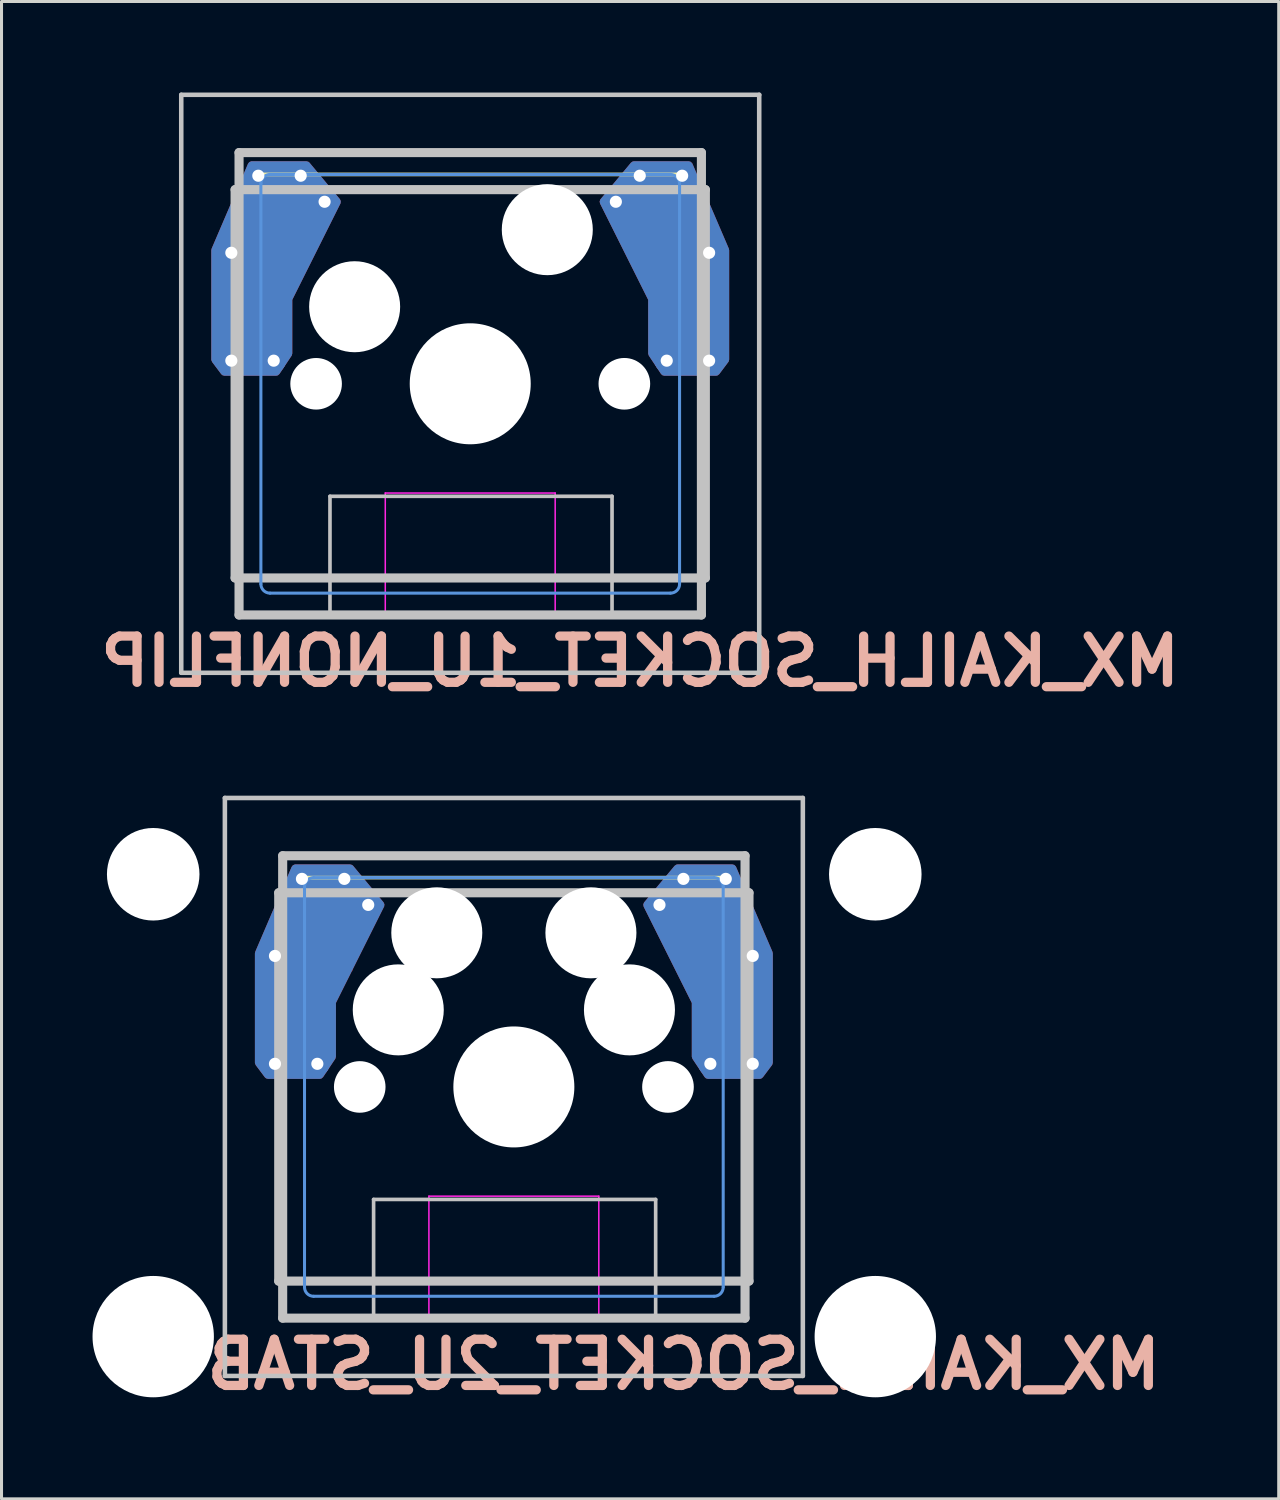
<source format=kicad_pcb>
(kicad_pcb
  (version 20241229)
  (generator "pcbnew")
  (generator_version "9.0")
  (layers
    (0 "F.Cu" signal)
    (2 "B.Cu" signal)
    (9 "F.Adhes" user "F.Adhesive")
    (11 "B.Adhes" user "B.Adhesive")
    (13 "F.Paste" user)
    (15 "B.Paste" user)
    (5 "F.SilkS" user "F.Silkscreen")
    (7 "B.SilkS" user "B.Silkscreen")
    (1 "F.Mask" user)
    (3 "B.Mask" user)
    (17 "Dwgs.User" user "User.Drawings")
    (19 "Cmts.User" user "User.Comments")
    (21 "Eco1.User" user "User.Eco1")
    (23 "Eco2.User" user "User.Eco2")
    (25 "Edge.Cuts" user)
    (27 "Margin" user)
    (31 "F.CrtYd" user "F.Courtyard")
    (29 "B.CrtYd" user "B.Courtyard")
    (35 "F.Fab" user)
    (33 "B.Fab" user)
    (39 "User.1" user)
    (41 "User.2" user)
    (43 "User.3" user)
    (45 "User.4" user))
  (footprint "MX_KAILH_SOCKET_2U_STAB"
    (layer "F.Cu")
    (at 13.887 32.776)
    (property "Reference" "MX_KAILH_SOCKET_2U_STAB" (at 5.6 9.15 0) (layer "B.SilkS") (effects (font (size 1.524 1.524) (thickness 0.305)) (justify mirror)))
    (attr through_hole)
    (fp_line (start 6.9 -6.9) (end -6.9 -6.9) (stroke (width 0.12) (type solid)) (layer "F.SilkS"))
    (fp_line (start -9.525 -9.525) (end 9.525 -9.525) (stroke (width 0.15) (type solid)) (layer "Dwgs.User"))
    (fp_line (start -9.525 9.525) (end -9.525 -9.525) (stroke (width 0.15) (type solid)) (layer "Dwgs.User"))
    (fp_line (start -7.75 6.4) (end -7.75 -6.4) (stroke (width 0.3) (type solid)) (layer "Dwgs.User"))
    (fp_line (start -7.75 6.4) (end 7.75 6.4) (stroke (width 0.3) (type solid)) (layer "Dwgs.User"))
    (fp_line (start -7.62 -7.62) (end 7.62 -7.62) (stroke (width 0.3) (type solid)) (layer "Dwgs.User"))
    (fp_line (start -7.62 7.62) (end -7.62 -7.62) (stroke (width 0.3) (type solid)) (layer "Dwgs.User"))
    (fp_line (start -4.623 3.708) (end -4.623 7.671) (stroke (width 0.12) (type solid)) (layer "Dwgs.User"))
    (fp_line (start 4.674 3.708) (end -4.623 3.708) (stroke (width 0.12) (type solid)) (layer "Dwgs.User"))
    (fp_line (start 4.674 3.708) (end 4.674 7.671) (stroke (width 0.12) (type solid)) (layer "Dwgs.User"))
    (fp_line (start 7.62 -7.62) (end 7.62 7.62) (stroke (width 0.3) (type solid)) (layer "Dwgs.User"))
    (fp_line (start 7.62 7.62) (end -7.62 7.62) (stroke (width 0.3) (type solid)) (layer "Dwgs.User"))
    (fp_line (start 7.75 -6.4) (end -7.75 -6.4) (stroke (width 0.3) (type solid)) (layer "Dwgs.User"))
    (fp_line (start 7.75 6.4) (end 7.75 -6.4) (stroke (width 0.3) (type solid)) (layer "Dwgs.User"))
    (fp_line (start 9.525 -9.525) (end 9.525 9.525) (stroke (width 0.15) (type solid)) (layer "Dwgs.User"))
    (fp_line (start 9.525 9.525) (end -9.525 9.525) (stroke (width 0.15) (type solid)) (layer "Dwgs.User"))
    (fp_line (start -6.9 -6.6) (end -6.9 6.6) (stroke (width 0.1) (type solid)) (layer "Cmts.User"))
    (fp_line (start -6.6 6.9) (end 6.6 6.9) (stroke (width 0.1) (type solid)) (layer "Cmts.User"))
    (fp_line (start 6.6 -6.9) (end -6.6 -6.9) (stroke (width 0.1) (type solid)) (layer "Cmts.User"))
    (fp_line (start 6.9 6.6) (end 6.9 -6.6) (stroke (width 0.1) (type solid)) (layer "Cmts.User"))
    (fp_arc (start -6.9 -6.6) (mid -6.812132 -6.812132) (end -6.6 -6.9) (stroke (width 0.1) (type solid)) (layer "Cmts.User"))
    (fp_arc (start -6.6 6.9) (mid -6.812132 6.812132) (end -6.9 6.6) (stroke (width 0.1) (type solid)) (layer "Cmts.User"))
    (fp_arc (start 6.6 -6.9) (mid 6.812132 -6.812132) (end 6.9 -6.6) (stroke (width 0.1) (type solid)) (layer "Cmts.User"))
    (fp_arc (start 6.9 6.6) (mid 6.812132 6.812132) (end 6.6 6.9) (stroke (width 0.1) (type solid)) (layer "Cmts.User"))
    (fp_line (start -6.95 -6.65) (end -6.95 6.65) (stroke (width 0.1) (type solid)) (layer "Eco1.User"))
    (fp_line (start -6.65 6.95) (end 6.65 6.95) (stroke (width 0.1) (type solid)) (layer "Eco1.User"))
    (fp_line (start 6.65 -6.95) (end -6.65 -6.95) (stroke (width 0.1) (type solid)) (layer "Eco1.User"))
    (fp_line (start 6.95 -6.65) (end 6.95 6.65) (stroke (width 0.1) (type solid)) (layer "Eco1.User"))
    (fp_arc (start -6.95 -6.65) (mid -6.862132 -6.862132) (end -6.65 -6.95) (stroke (width 0.1) (type solid)) (layer "Eco1.User"))
    (fp_arc (start -6.65 6.95) (mid -6.862132 6.862132) (end -6.95 6.65) (stroke (width 0.1) (type solid)) (layer "Eco1.User"))
    (fp_arc (start 6.65 -6.95) (mid 6.862132 -6.862132) (end 6.95 -6.65) (stroke (width 0.1) (type solid)) (layer "Eco1.User"))
    (fp_arc (start 6.95 6.65) (mid 6.862132 6.862132) (end 6.65 6.95) (stroke (width 0.1) (type solid)) (layer "Eco1.User"))
    (fp_line (start -9 -9) (end 9 -9) (stroke (width 0.12) (type solid)) (layer "Eco2.User"))
    (fp_line (start -9 9) (end -9 -9) (stroke (width 0.12) (type solid)) (layer "Eco2.User"))
    (fp_line (start 9 -9) (end 9 9) (stroke (width 0.12) (type solid)) (layer "Eco2.User"))
    (fp_line (start 9 9) (end -9 9) (stroke (width 0.12) (type solid)) (layer "Eco2.User"))
    (fp_line (start -2.8 3.6) (end -2.8 7.6) (stroke (width 0.05) (type solid)) (layer "F.CrtYd"))
    (fp_line (start -2.8 7.6) (end 2.8 7.6) (stroke (width 0.05) (type solid)) (layer "F.CrtYd"))
    (fp_line (start 2.8 3.6) (end -2.8 3.6) (stroke (width 0.05) (type solid)) (layer "F.CrtYd"))
    (fp_line (start 2.8 7.6) (end 2.8 3.6) (stroke (width 0.05) (type solid)) (layer "F.CrtYd"))
    (pad "" np_thru_hole circle (at -11.887 -7.01) (size 3.05 3.05) (drill 3.05) (layers "*.Cu" "*.Mask"))
    (pad "" np_thru_hole circle (at -11.887 8.23) (size 4 4) (drill 4) (layers "*.Cu" "*.Mask"))
    (pad "" np_thru_hole circle (at -5.08 0) (size 1.7 1.7) (drill 1.7) (layers "*.Cu" "*.Mask"))
    (pad "" np_thru_hole circle (at -3.81 -2.54) (size 3 3) (drill 3) (layers "*.Cu" "*.Mask"))
    (pad "" np_thru_hole circle (at -2.54 -5.08) (size 3 3) (drill 3) (layers "*.Cu" "*.Mask"))
    (pad "" np_thru_hole circle (at 0 0) (size 3.988 3.988) (drill 3.988) (layers "*.Cu" "*.Mask"))
    (pad "" np_thru_hole circle (at 2.54 -5.08) (size 3 3) (drill 3) (layers "*.Cu" "*.Mask"))
    (pad "" np_thru_hole circle (at 3.81 -2.54) (size 3 3) (drill 3) (layers "*.Cu" "*.Mask"))
    (pad "" np_thru_hole circle (at 5.08 0) (size 1.702 1.702) (drill 1.702) (layers "*.Cu" "*.Mask"))
    (pad "" np_thru_hole circle (at 11.913 -7.01) (size 3.05 3.05) (drill 3.05) (layers "*.Cu" "*.Mask"))
    (pad "" np_thru_hole circle (at 11.913 8.23) (size 4 4) (drill 4) (layers "*.Cu" "*.Mask"))
    (pad "1" thru_hole circle (at -7.874 -4.318) (size 0.8 0.8) (drill 0.4) (layers "*.Cu"))
    (pad "1" thru_hole circle (at -7.874 -0.762) (size 0.8 0.8) (drill 0.4) (layers "*.Cu"))
    (pad "1" smd custom (at -7.285 -2.54 180) (size 2.35 2.5) (layers "B.Cu") (options (anchor rect)) (primitives (gr_poly (pts (xy -1.285 -1.54) (xy -1.285 0.26) (xy -2.885 3.46) (xy -1.885 4.66) (xy -0.085 4.66) (xy 1.115 1.86) (xy 1.115 -1.74) (xy 0.815 -2.14) (xy -0.885 -2.14)) (width 0.27) (fill yes))))
    (pad "1" smd rect (at -7.2 -2.54 180) (size 2.35 2.5) (layers "B.Cu" "B.Mask"))
    (pad "1" thru_hole circle (at -6.985 -6.858) (size 0.8 0.8) (drill 0.4) (layers "*.Cu"))
    (pad "1" smd custom (at -6.499 -5.067 180) (size 2.15 2.5) (layers "F.Cu") (options (anchor rect)) (primitives (gr_poly (pts (xy -0.499 -4.067) (xy -0.499 -2.267) (xy -2.099 0.933) (xy -1.099 2.133) (xy 0.701 2.133) (xy 1.901 -0.667) (xy 1.901 -4.267) (xy 1.601 -4.667) (xy -0.099 -4.667)) (width 0.27) (fill yes))))
    (pad "1" thru_hole circle (at -6.477 -0.762) (size 0.8 0.8) (drill 0.4) (layers "*.Cu"))
    (pad "1" smd rect (at -6.399 -5.067 180) (size 2.15 2.5) (layers "F.Cu" "F.Mask"))
    (pad "1" thru_hole circle (at -5.588 -6.858) (size 0.8 0.8) (drill 0.4) (layers "*.Cu"))
    (pad "1" thru_hole circle (at -4.8 -6) (size 0.8 0.8) (drill 0.4) (layers "*.Cu"))
    (pad "2" thru_hole circle (at 4.8 -6) (size 0.8 0.8) (drill 0.4) (layers "*.Cu"))
    (pad "2" thru_hole circle (at 5.588 -6.858) (size 0.8 0.8) (drill 0.4) (layers "*.Cu"))
    (pad "2" smd rect (at 6.425 -5.067) (size 2.15 2.5) (layers "B.Cu" "B.Mask"))
    (pad "2" smd custom (at 6.425 -5.067 180) (size 2.15 2.5) (layers "B.Cu") (options (anchor rect)) (primitives (gr_poly (pts (xy 0.425 -4.067) (xy 0.425 -2.267) (xy 2.025 0.933) (xy 1.025 2.133) (xy -0.775 2.133) (xy -1.975 -0.667) (xy -1.975 -4.267) (xy -1.675 -4.667) (xy 0.025 -4.667)) (width 0.27) (fill yes))))
    (pad "2" thru_hole circle (at 6.477 -0.762) (size 0.8 0.8) (drill 0.4) (layers "*.Cu"))
    (pad "2" thru_hole circle (at 6.985 -6.858) (size 0.8 0.8) (drill 0.4) (layers "*.Cu"))
    (pad "2" smd rect (at 7.212 -2.54) (size 2.35 2.5) (layers "F.Cu" "F.Mask"))
    (pad "2" smd custom (at 7.212 -2.54 180) (size 2.35 2.5) (layers "F.Cu") (options (anchor rect)) (primitives (gr_poly (pts (xy 1.212 -1.54) (xy 1.212 0.26) (xy 2.812 3.46) (xy 1.812 4.66) (xy 0.012 4.66) (xy -1.188 1.86) (xy -1.188 -1.74) (xy -0.888 -2.14) (xy 0.812 -2.14)) (width 0.27) (fill yes))))
    (pad "2" thru_hole circle (at 7.874 -4.318) (size 0.8 0.8) (drill 0.4) (layers "*.Cu"))
    (pad "2" thru_hole circle (at 7.874 -0.762) (size 0.8 0.8) (drill 0.4) (layers "*.Cu")))
  (footprint "MX_KAILH_SOCKET_1U_NONFLIP"
    (layer "F.Cu")
    (at 12.449 9.6)
    (property "Reference" "MX_KAILH_SOCKET_1U_NONFLIP" (at 5.6 9.15 0) (layer "B.SilkS") (effects (font (size 1.524 1.524) (thickness 0.305)) (justify mirror)))
    (attr through_hole)
    (fp_line (start 6.9 -6.9) (end -6.9 -6.9) (stroke (width 0.12) (type solid)) (layer "F.SilkS"))
    (fp_line (start -9.525 -9.525) (end 9.525 -9.525) (stroke (width 0.15) (type solid)) (layer "Dwgs.User"))
    (fp_line (start -9.525 9.525) (end -9.525 -9.525) (stroke (width 0.15) (type solid)) (layer "Dwgs.User"))
    (fp_line (start -7.75 6.4) (end -7.75 -6.4) (stroke (width 0.3) (type solid)) (layer "Dwgs.User"))
    (fp_line (start -7.75 6.4) (end 7.75 6.4) (stroke (width 0.3) (type solid)) (layer "Dwgs.User"))
    (fp_line (start -7.62 -7.62) (end 7.62 -7.62) (stroke (width 0.3) (type solid)) (layer "Dwgs.User"))
    (fp_line (start -7.62 7.62) (end -7.62 -7.62) (stroke (width 0.3) (type solid)) (layer "Dwgs.User"))
    (fp_line (start -4.623 3.708) (end -4.623 7.671) (stroke (width 0.12) (type solid)) (layer "Dwgs.User"))
    (fp_line (start 4.674 3.708) (end -4.623 3.708) (stroke (width 0.12) (type solid)) (layer "Dwgs.User"))
    (fp_line (start 4.674 3.708) (end 4.674 7.671) (stroke (width 0.12) (type solid)) (layer "Dwgs.User"))
    (fp_line (start 7.62 -7.62) (end 7.62 7.62) (stroke (width 0.3) (type solid)) (layer "Dwgs.User"))
    (fp_line (start 7.62 7.62) (end -7.62 7.62) (stroke (width 0.3) (type solid)) (layer "Dwgs.User"))
    (fp_line (start 7.75 -6.4) (end -7.75 -6.4) (stroke (width 0.3) (type solid)) (layer "Dwgs.User"))
    (fp_line (start 7.75 6.4) (end 7.75 -6.4) (stroke (width 0.3) (type solid)) (layer "Dwgs.User"))
    (fp_line (start 9.525 -9.525) (end 9.525 9.525) (stroke (width 0.15) (type solid)) (layer "Dwgs.User"))
    (fp_line (start 9.525 9.525) (end -9.525 9.525) (stroke (width 0.15) (type solid)) (layer "Dwgs.User"))
    (fp_line (start -6.9 -6.6) (end -6.9 6.6) (stroke (width 0.1) (type solid)) (layer "Cmts.User"))
    (fp_line (start -6.6 6.9) (end 6.6 6.9) (stroke (width 0.1) (type solid)) (layer "Cmts.User"))
    (fp_line (start 6.6 -6.9) (end -6.6 -6.9) (stroke (width 0.1) (type solid)) (layer "Cmts.User"))
    (fp_line (start 6.9 6.6) (end 6.9 -6.6) (stroke (width 0.1) (type solid)) (layer "Cmts.User"))
    (fp_arc (start -6.9 -6.6) (mid -6.812132 -6.812132) (end -6.6 -6.9) (stroke (width 0.1) (type solid)) (layer "Cmts.User"))
    (fp_arc (start -6.6 6.9) (mid -6.812132 6.812132) (end -6.9 6.6) (stroke (width 0.1) (type solid)) (layer "Cmts.User"))
    (fp_arc (start 6.6 -6.9) (mid 6.812132 -6.812132) (end 6.9 -6.6) (stroke (width 0.1) (type solid)) (layer "Cmts.User"))
    (fp_arc (start 6.9 6.6) (mid 6.812132 6.812132) (end 6.6 6.9) (stroke (width 0.1) (type solid)) (layer "Cmts.User"))
    (fp_line (start -6.95 -6.65) (end -6.95 6.65) (stroke (width 0.1) (type solid)) (layer "Eco1.User"))
    (fp_line (start -6.65 6.95) (end 6.65 6.95) (stroke (width 0.1) (type solid)) (layer "Eco1.User"))
    (fp_line (start 6.65 -6.95) (end -6.65 -6.95) (stroke (width 0.1) (type solid)) (layer "Eco1.User"))
    (fp_line (start 6.95 -6.65) (end 6.95 6.65) (stroke (width 0.1) (type solid)) (layer "Eco1.User"))
    (fp_arc (start -6.95 -6.65) (mid -6.862132 -6.862132) (end -6.65 -6.95) (stroke (width 0.1) (type solid)) (layer "Eco1.User"))
    (fp_arc (start -6.65 6.95) (mid -6.862132 6.862132) (end -6.95 6.65) (stroke (width 0.1) (type solid)) (layer "Eco1.User"))
    (fp_arc (start 6.65 -6.95) (mid 6.862132 -6.862132) (end 6.95 -6.65) (stroke (width 0.1) (type solid)) (layer "Eco1.User"))
    (fp_arc (start 6.95 6.65) (mid 6.862132 6.862132) (end 6.65 6.95) (stroke (width 0.1) (type solid)) (layer "Eco1.User"))
    (fp_line (start -9 -9) (end 9 -9) (stroke (width 0.12) (type solid)) (layer "Eco2.User"))
    (fp_line (start -9 9) (end -9 -9) (stroke (width 0.12) (type solid)) (layer "Eco2.User"))
    (fp_line (start 9 -9) (end 9 9) (stroke (width 0.12) (type solid)) (layer "Eco2.User"))
    (fp_line (start 9 9) (end -9 9) (stroke (width 0.12) (type solid)) (layer "Eco2.User"))
    (fp_line (start -2.8 3.6) (end -2.8 7.6) (stroke (width 0.05) (type solid)) (layer "F.CrtYd"))
    (fp_line (start -2.8 7.6) (end 2.8 7.6) (stroke (width 0.05) (type solid)) (layer "F.CrtYd"))
    (fp_line (start 2.8 3.6) (end -2.8 3.6) (stroke (width 0.05) (type solid)) (layer "F.CrtYd"))
    (fp_line (start 2.8 7.6) (end 2.8 3.6) (stroke (width 0.05) (type solid)) (layer "F.CrtYd"))
    (pad "" np_thru_hole circle (at -5.08 0) (size 1.7 1.7) (drill 1.7) (layers "*.Cu" "*.Mask"))
    (pad "" np_thru_hole circle (at -3.81 -2.54) (size 3 3) (drill 3) (layers "*.Cu" "*.Mask"))
    (pad "" np_thru_hole circle (at 0 0) (size 3.988 3.988) (drill 3.988) (layers "*.Cu" "*.Mask"))
    (pad "" np_thru_hole circle (at 2.54 -5.08) (size 3 3) (drill 3) (layers "*.Cu" "*.Mask"))
    (pad "" np_thru_hole circle (at 5.08 0) (size 1.702 1.702) (drill 1.702) (layers "*.Cu" "*.Mask"))
    (pad "1" thru_hole circle (at -7.874 -4.318) (size 0.8 0.8) (drill 0.4) (layers "*.Cu"))
    (pad "1" thru_hole circle (at -7.874 -0.762) (size 0.8 0.8) (drill 0.4) (layers "*.Cu"))
    (pad "1" smd custom (at -7.285 -2.54 180) (size 2.35 2.5) (layers "B.Cu") (options (anchor rect)) (primitives (gr_poly (pts (xy -1.285 -1.54) (xy -1.285 0.26) (xy -2.885 3.46) (xy -1.885 4.66) (xy -0.085 4.66) (xy 1.115 1.86) (xy 1.115 -1.74) (xy 0.815 -2.14) (xy -0.885 -2.14)) (width 0.27) (fill yes))))
    (pad "1" smd rect (at -7.2 -2.54 180) (size 2.35 2.5) (layers "B.Cu" "B.Mask"))
    (pad "1" thru_hole circle (at -6.985 -6.858) (size 0.8 0.8) (drill 0.4) (layers "*.Cu"))
    (pad "1" smd custom (at -6.499 -5.067 180) (size 2.15 2.5) (layers "F.Cu") (options (anchor rect)) (primitives (gr_poly (pts (xy -0.499 -4.067) (xy -0.499 -2.267) (xy -2.099 0.933) (xy -1.099 2.133) (xy 0.701 2.133) (xy 1.901 -0.667) (xy 1.901 -4.267) (xy 1.601 -4.667) (xy -0.099 -4.667)) (width 0.27) (fill yes))))
    (pad "1" thru_hole circle (at -6.477 -0.762) (size 0.8 0.8) (drill 0.4) (layers "*.Cu"))
    (pad "1" thru_hole circle (at -5.588 -6.858) (size 0.8 0.8) (drill 0.4) (layers "*.Cu"))
    (pad "1" thru_hole circle (at -4.8 -6) (size 0.8 0.8) (drill 0.4) (layers "*.Cu"))
    (pad "2" thru_hole circle (at 4.8 -6) (size 0.8 0.8) (drill 0.4) (layers "*.Cu"))
    (pad "2" thru_hole circle (at 5.588 -6.858) (size 0.8 0.8) (drill 0.4) (layers "*.Cu"))
    (pad "2" smd rect (at 6.425 -5.067) (size 2.15 2.5) (layers "B.Cu" "B.Mask"))
    (pad "2" smd custom (at 6.425 -5.067 180) (size 2.15 2.5) (layers "B.Cu") (options (anchor rect)) (primitives (gr_poly (pts (xy 0.425 -4.067) (xy 0.425 -2.267) (xy 2.025 0.933) (xy 1.025 2.133) (xy -0.775 2.133) (xy -1.975 -0.667) (xy -1.975 -4.267) (xy -1.675 -4.667) (xy 0.025 -4.667)) (width 0.27) (fill yes))))
    (pad "2" thru_hole circle (at 6.477 -0.762) (size 0.8 0.8) (drill 0.4) (layers "*.Cu"))
    (pad "2" thru_hole circle (at 6.985 -6.858) (size 0.8 0.8) (drill 0.4) (layers "*.Cu"))
    (pad "2" smd custom (at 7.212 -2.54 180) (size 2.35 2.5) (layers "F.Cu") (options (anchor rect)) (primitives (gr_poly (pts (xy 1.212 -1.54) (xy 1.212 0.26) (xy 2.812 3.46) (xy 1.812 4.66) (xy 0.012 4.66) (xy -1.188 1.86) (xy -1.188 -1.74) (xy -0.888 -2.14) (xy 0.812 -2.14)) (width 0.27) (fill yes))))
    (pad "2" thru_hole circle (at 7.874 -4.318) (size 0.8 0.8) (drill 0.4) (layers "*.Cu"))
    (pad "2" thru_hole circle (at 7.874 -0.762) (size 0.8 0.8) (drill 0.4) (layers "*.Cu")))
  (gr_rect
    (start -3 -3)
    (end 39.097 46.353)
    (stroke (width 0.1) (type default))
    (fill no)
    (layer "Edge.Cuts")))
</source>
